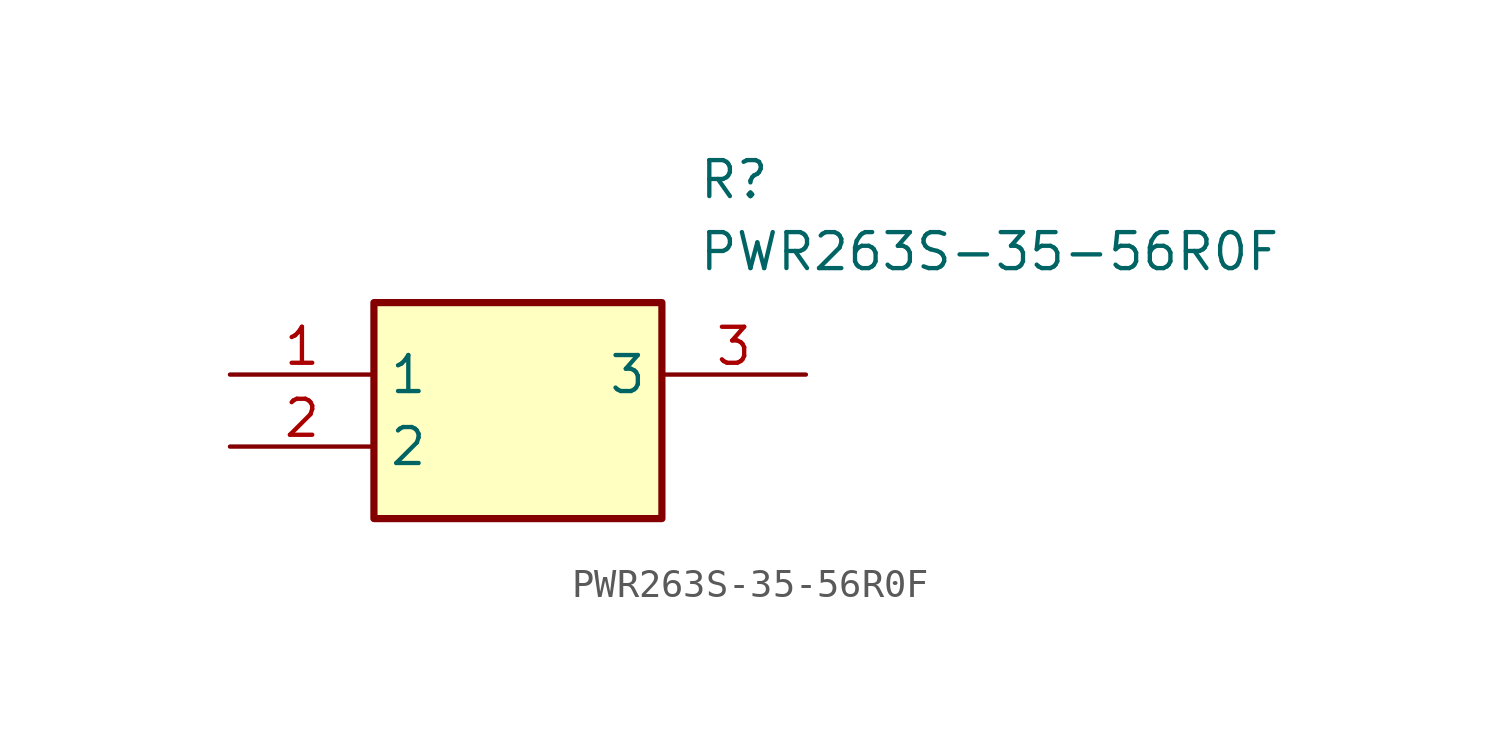
<source format=kicad_sym>
(kicad_symbol_lib
  (version 20211014)
  (generator SamacSys_ECAD_Model)
  (symbol "PWR263S-35-56R0F"
    (property "Reference" "R"
      (at 16.51 7.62 0)
      (effects (font (size 1.27 1.27)) (justify left top)))
    (property "Value" "PWR263S-35-56R0F"
      (at 16.51 5.08 0)
      (effects (font (size 1.27 1.27)) (justify left top)))
    (rectangle
      (start 5.08 2.54)
      (end 15.24 -5.08)
      (stroke (width 0.254) (type default))
      (fill (type background)))
    (pin passive line
      (at 0 0 0)
      (length 5.08)
      (name "1" (effects (font (size 1.27 1.27))))
      (number "1" (effects (font (size 1.27 1.27)))))
    (pin passive line
      (at 0 -2.54 0)
      (length 5.08)
      (name "2" (effects (font (size 1.27 1.27))))
      (number "2" (effects (font (size 1.27 1.27)))))
    (pin passive line
      (at 20.32 0 180)
      (length 5.08)
      (name "3" (effects (font (size 1.27 1.27))))
      (number "3" (effects (font (size 1.27 1.27)))))))
</source>
